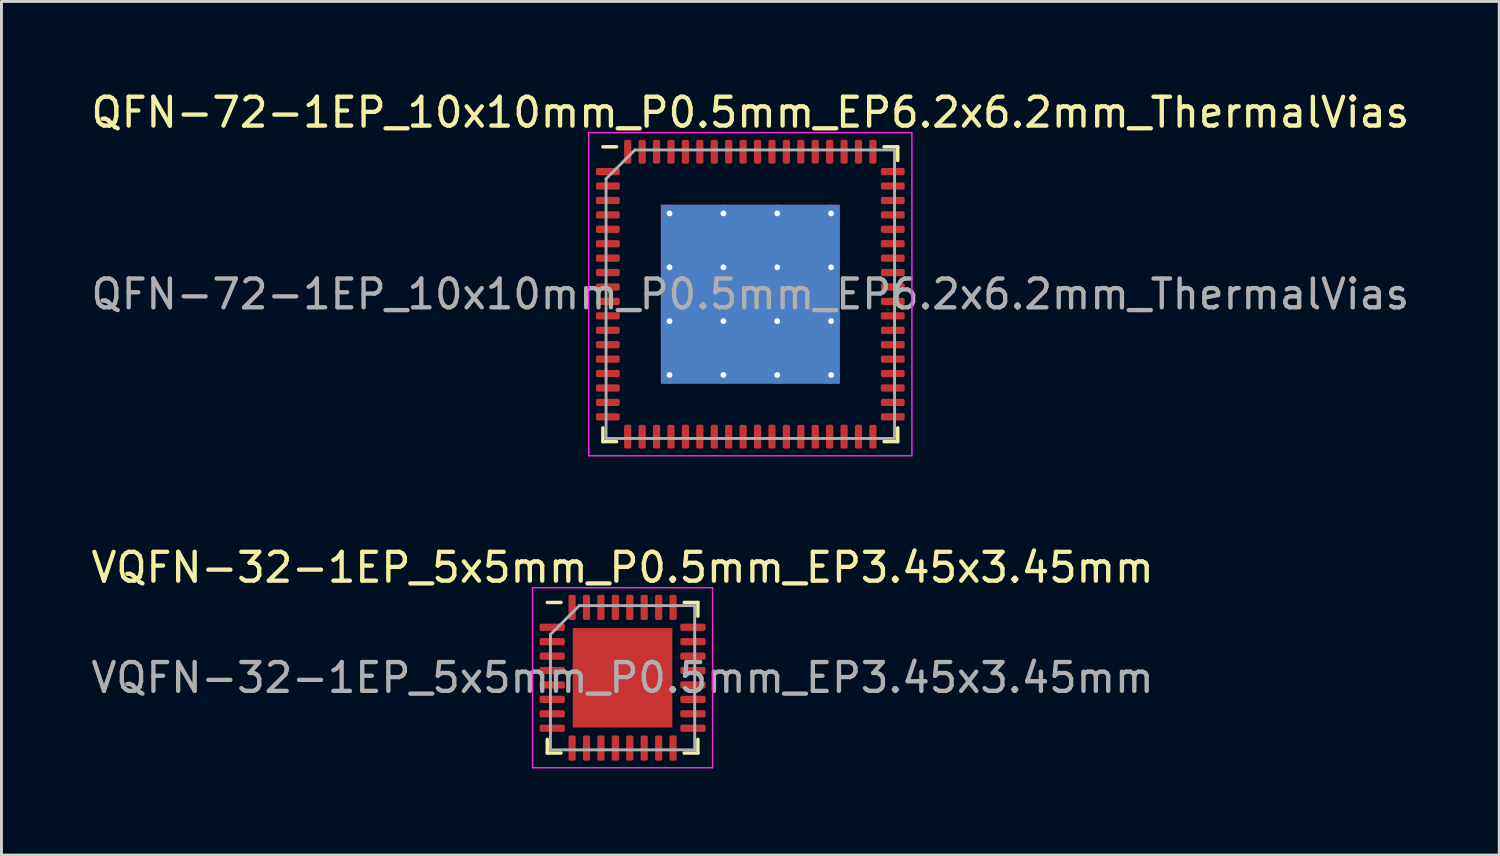
<source format=kicad_pcb>
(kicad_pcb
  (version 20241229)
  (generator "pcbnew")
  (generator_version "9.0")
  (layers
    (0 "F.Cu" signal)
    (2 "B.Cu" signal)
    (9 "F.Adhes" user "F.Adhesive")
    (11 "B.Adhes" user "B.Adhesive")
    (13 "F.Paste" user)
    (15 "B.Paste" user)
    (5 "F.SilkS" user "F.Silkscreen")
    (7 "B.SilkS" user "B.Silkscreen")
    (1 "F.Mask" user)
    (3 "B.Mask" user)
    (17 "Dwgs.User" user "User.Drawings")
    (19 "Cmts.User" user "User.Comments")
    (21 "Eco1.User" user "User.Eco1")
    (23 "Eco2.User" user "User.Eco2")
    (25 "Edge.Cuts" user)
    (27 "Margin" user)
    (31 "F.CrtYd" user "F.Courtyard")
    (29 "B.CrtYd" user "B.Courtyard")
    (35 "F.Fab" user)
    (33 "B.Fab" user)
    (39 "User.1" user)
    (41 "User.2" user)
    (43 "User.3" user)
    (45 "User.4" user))
  (footprint "VQFN-32-1EP_5x5mm_P0.5mm_EP3.45x3.45mm"
    (layer "F.Cu")
    (at 18.53 20.442)
    (property "Reference" "VQFN-32-1EP_5x5mm_P0.5mm_EP3.45x3.45mm" (at 0 -3.82 0) (layer "F.SilkS") (effects (font (size 1 1) (thickness 0.15))))
    (attr smd)
    (fp_line (start -2.61 2.61) (end -2.61 2.135) (stroke (width 0.12) (type solid)) (layer "F.SilkS"))
    (fp_line (start -2.135 -2.61) (end -2.61 -2.61) (stroke (width 0.12) (type solid)) (layer "F.SilkS"))
    (fp_line (start -2.135 2.61) (end -2.61 2.61) (stroke (width 0.12) (type solid)) (layer "F.SilkS"))
    (fp_line (start 2.135 -2.61) (end 2.61 -2.61) (stroke (width 0.12) (type solid)) (layer "F.SilkS"))
    (fp_line (start 2.135 2.61) (end 2.61 2.61) (stroke (width 0.12) (type solid)) (layer "F.SilkS"))
    (fp_line (start 2.61 -2.61) (end 2.61 -2.135) (stroke (width 0.12) (type solid)) (layer "F.SilkS"))
    (fp_line (start 2.61 2.61) (end 2.61 2.135) (stroke (width 0.12) (type solid)) (layer "F.SilkS"))
    (fp_line (start -3.12 -3.12) (end -3.12 3.12) (stroke (width 0.05) (type solid)) (layer "F.CrtYd"))
    (fp_line (start -3.12 3.12) (end 3.12 3.12) (stroke (width 0.05) (type solid)) (layer "F.CrtYd"))
    (fp_line (start 3.12 -3.12) (end -3.12 -3.12) (stroke (width 0.05) (type solid)) (layer "F.CrtYd"))
    (fp_line (start 3.12 3.12) (end 3.12 -3.12) (stroke (width 0.05) (type solid)) (layer "F.CrtYd"))
    (fp_line (start -2.5 -1.5) (end -1.5 -2.5) (stroke (width 0.1) (type solid)) (layer "F.Fab"))
    (fp_line (start -2.5 2.5) (end -2.5 -1.5) (stroke (width 0.1) (type solid)) (layer "F.Fab"))
    (fp_line (start -1.5 -2.5) (end 2.5 -2.5) (stroke (width 0.1) (type solid)) (layer "F.Fab"))
    (fp_line (start 2.5 -2.5) (end 2.5 2.5) (stroke (width 0.1) (type solid)) (layer "F.Fab"))
    (fp_line (start 2.5 2.5) (end -2.5 2.5) (stroke (width 0.1) (type solid)) (layer "F.Fab"))
    (fp_text user "${REFERENCE}" (at 0 0 0) (layer "F.Fab") (effects (font (size 1 1) (thickness 0.15))))
    (pad "" smd roundrect (at -1.15 -1.15) (size 0.93 0.93) (layers "F.Paste") (roundrect_rratio 0.25))
    (pad "" smd roundrect (at -1.15 0) (size 0.93 0.93) (layers "F.Paste") (roundrect_rratio 0.25))
    (pad "" smd roundrect (at -1.15 1.15) (size 0.93 0.93) (layers "F.Paste") (roundrect_rratio 0.25))
    (pad "" smd roundrect (at 0 -1.15) (size 0.93 0.93) (layers "F.Paste") (roundrect_rratio 0.25))
    (pad "" smd roundrect (at 0 0) (size 0.93 0.93) (layers "F.Paste") (roundrect_rratio 0.25))
    (pad "" smd roundrect (at 0 1.15) (size 0.93 0.93) (layers "F.Paste") (roundrect_rratio 0.25))
    (pad "" smd roundrect (at 1.15 -1.15) (size 0.93 0.93) (layers "F.Paste") (roundrect_rratio 0.25))
    (pad "" smd roundrect (at 1.15 0) (size 0.93 0.93) (layers "F.Paste") (roundrect_rratio 0.25))
    (pad "" smd roundrect (at 1.15 1.15) (size 0.93 0.93) (layers "F.Paste") (roundrect_rratio 0.25))
    (pad "1" smd roundrect (at -2.438 -1.75) (size 0.875 0.25) (layers "F.Cu" "F.Mask" "F.Paste") (roundrect_rratio 0.25))
    (pad "2" smd roundrect (at -2.438 -1.25) (size 0.875 0.25) (layers "F.Cu" "F.Mask" "F.Paste") (roundrect_rratio 0.25))
    (pad "3" smd roundrect (at -2.438 -0.75) (size 0.875 0.25) (layers "F.Cu" "F.Mask" "F.Paste") (roundrect_rratio 0.25))
    (pad "4" smd roundrect (at -2.438 -0.25) (size 0.875 0.25) (layers "F.Cu" "F.Mask" "F.Paste") (roundrect_rratio 0.25))
    (pad "5" smd roundrect (at -2.438 0.25) (size 0.875 0.25) (layers "F.Cu" "F.Mask" "F.Paste") (roundrect_rratio 0.25))
    (pad "6" smd roundrect (at -2.438 0.75) (size 0.875 0.25) (layers "F.Cu" "F.Mask" "F.Paste") (roundrect_rratio 0.25))
    (pad "7" smd roundrect (at -2.438 1.25) (size 0.875 0.25) (layers "F.Cu" "F.Mask" "F.Paste") (roundrect_rratio 0.25))
    (pad "8" smd roundrect (at -2.438 1.75) (size 0.875 0.25) (layers "F.Cu" "F.Mask" "F.Paste") (roundrect_rratio 0.25))
    (pad "9" smd roundrect (at -1.75 2.438) (size 0.25 0.875) (layers "F.Cu" "F.Mask" "F.Paste") (roundrect_rratio 0.25))
    (pad "10" smd roundrect (at -1.25 2.438) (size 0.25 0.875) (layers "F.Cu" "F.Mask" "F.Paste") (roundrect_rratio 0.25))
    (pad "11" smd roundrect (at -0.75 2.438) (size 0.25 0.875) (layers "F.Cu" "F.Mask" "F.Paste") (roundrect_rratio 0.25))
    (pad "12" smd roundrect (at -0.25 2.438) (size 0.25 0.875) (layers "F.Cu" "F.Mask" "F.Paste") (roundrect_rratio 0.25))
    (pad "13" smd roundrect (at 0.25 2.438) (size 0.25 0.875) (layers "F.Cu" "F.Mask" "F.Paste") (roundrect_rratio 0.25))
    (pad "14" smd roundrect (at 0.75 2.438) (size 0.25 0.875) (layers "F.Cu" "F.Mask" "F.Paste") (roundrect_rratio 0.25))
    (pad "15" smd roundrect (at 1.25 2.438) (size 0.25 0.875) (layers "F.Cu" "F.Mask" "F.Paste") (roundrect_rratio 0.25))
    (pad "16" smd roundrect (at 1.75 2.438) (size 0.25 0.875) (layers "F.Cu" "F.Mask" "F.Paste") (roundrect_rratio 0.25))
    (pad "17" smd roundrect (at 2.438 1.75) (size 0.875 0.25) (layers "F.Cu" "F.Mask" "F.Paste") (roundrect_rratio 0.25))
    (pad "18" smd roundrect (at 2.438 1.25) (size 0.875 0.25) (layers "F.Cu" "F.Mask" "F.Paste") (roundrect_rratio 0.25))
    (pad "19" smd roundrect (at 2.438 0.75) (size 0.875 0.25) (layers "F.Cu" "F.Mask" "F.Paste") (roundrect_rratio 0.25))
    (pad "20" smd roundrect (at 2.438 0.25) (size 0.875 0.25) (layers "F.Cu" "F.Mask" "F.Paste") (roundrect_rratio 0.25))
    (pad "21" smd roundrect (at 2.438 -0.25) (size 0.875 0.25) (layers "F.Cu" "F.Mask" "F.Paste") (roundrect_rratio 0.25))
    (pad "22" smd roundrect (at 2.438 -0.75) (size 0.875 0.25) (layers "F.Cu" "F.Mask" "F.Paste") (roundrect_rratio 0.25))
    (pad "23" smd roundrect (at 2.438 -1.25) (size 0.875 0.25) (layers "F.Cu" "F.Mask" "F.Paste") (roundrect_rratio 0.25))
    (pad "24" smd roundrect (at 2.438 -1.75) (size 0.875 0.25) (layers "F.Cu" "F.Mask" "F.Paste") (roundrect_rratio 0.25))
    (pad "25" smd roundrect (at 1.75 -2.438) (size 0.25 0.875) (layers "F.Cu" "F.Mask" "F.Paste") (roundrect_rratio 0.25))
    (pad "26" smd roundrect (at 1.25 -2.438) (size 0.25 0.875) (layers "F.Cu" "F.Mask" "F.Paste") (roundrect_rratio 0.25))
    (pad "27" smd roundrect (at 0.75 -2.438) (size 0.25 0.875) (layers "F.Cu" "F.Mask" "F.Paste") (roundrect_rratio 0.25))
    (pad "28" smd roundrect (at 0.25 -2.438) (size 0.25 0.875) (layers "F.Cu" "F.Mask" "F.Paste") (roundrect_rratio 0.25))
    (pad "29" smd roundrect (at -0.25 -2.438) (size 0.25 0.875) (layers "F.Cu" "F.Mask" "F.Paste") (roundrect_rratio 0.25))
    (pad "30" smd roundrect (at -0.75 -2.438) (size 0.25 0.875) (layers "F.Cu" "F.Mask" "F.Paste") (roundrect_rratio 0.25))
    (pad "31" smd roundrect (at -1.25 -2.438) (size 0.25 0.875) (layers "F.Cu" "F.Mask" "F.Paste") (roundrect_rratio 0.25))
    (pad "32" smd roundrect (at -1.75 -2.438) (size 0.25 0.875) (layers "F.Cu" "F.Mask" "F.Paste") (roundrect_rratio 0.25))
    (pad "33" smd rect (at 0 0) (size 3.45 3.45) (layers "F.Cu" "F.Mask")))
  (footprint "QFN-72-1EP_10x10mm_P0.5mm_EP6.2x6.2mm_ThermalVias"
    (layer "F.Cu")
    (at 22.958 7.148)
    (property "Reference" "QFN-72-1EP_10x10mm_P0.5mm_EP6.2x6.2mm_ThermalVias" (at 0 -6.3 0) (layer "F.SilkS") (effects (font (size 1 1) (thickness 0.15))))
    (attr smd)
    (fp_line (start -5.11 5.11) (end -5.11 4.635) (stroke (width 0.12) (type solid)) (layer "F.SilkS"))
    (fp_line (start -4.635 -5.11) (end -5.11 -5.11) (stroke (width 0.12) (type solid)) (layer "F.SilkS"))
    (fp_line (start -4.635 5.11) (end -5.11 5.11) (stroke (width 0.12) (type solid)) (layer "F.SilkS"))
    (fp_line (start 4.635 -5.11) (end 5.11 -5.11) (stroke (width 0.12) (type solid)) (layer "F.SilkS"))
    (fp_line (start 4.635 5.11) (end 5.11 5.11) (stroke (width 0.12) (type solid)) (layer "F.SilkS"))
    (fp_line (start 5.11 -5.11) (end 5.11 -4.635) (stroke (width 0.12) (type solid)) (layer "F.SilkS"))
    (fp_line (start 5.11 5.11) (end 5.11 4.635) (stroke (width 0.12) (type solid)) (layer "F.SilkS"))
    (fp_line (start -5.6 -5.6) (end -5.6 5.6) (stroke (width 0.05) (type solid)) (layer "F.CrtYd"))
    (fp_line (start -5.6 5.6) (end 5.6 5.6) (stroke (width 0.05) (type solid)) (layer "F.CrtYd"))
    (fp_line (start 5.6 -5.6) (end -5.6 -5.6) (stroke (width 0.05) (type solid)) (layer "F.CrtYd"))
    (fp_line (start 5.6 5.6) (end 5.6 -5.6) (stroke (width 0.05) (type solid)) (layer "F.CrtYd"))
    (fp_line (start -5 -4) (end -4 -5) (stroke (width 0.1) (type solid)) (layer "F.Fab"))
    (fp_line (start -5 5) (end -5 -4) (stroke (width 0.1) (type solid)) (layer "F.Fab"))
    (fp_line (start -4 -5) (end 5 -5) (stroke (width 0.1) (type solid)) (layer "F.Fab"))
    (fp_line (start 5 -5) (end 5 5) (stroke (width 0.1) (type solid)) (layer "F.Fab"))
    (fp_line (start 5 5) (end -5 5) (stroke (width 0.1) (type solid)) (layer "F.Fab"))
    (fp_text user "${REFERENCE}" (at 0 0 0) (layer "F.Fab") (effects (font (size 1 1) (thickness 0.15))))
    (pad "" smd roundrect (at -2.07 -2.07) (size 1.67 1.67) (layers "F.Paste") (roundrect_rratio 0.15))
    (pad "" smd roundrect (at -2.07 0) (size 1.67 1.67) (layers "F.Paste") (roundrect_rratio 0.15))
    (pad "" smd roundrect (at -2.07 2.07) (size 1.67 1.67) (layers "F.Paste") (roundrect_rratio 0.15))
    (pad "" smd roundrect (at 0 -2.07) (size 1.67 1.67) (layers "F.Paste") (roundrect_rratio 0.15))
    (pad "" smd roundrect (at 0 0) (size 1.67 1.67) (layers "F.Paste") (roundrect_rratio 0.15))
    (pad "" smd roundrect (at 0 2.07) (size 1.67 1.67) (layers "F.Paste") (roundrect_rratio 0.15))
    (pad "" smd roundrect (at 2.07 -2.07) (size 1.67 1.67) (layers "F.Paste") (roundrect_rratio 0.15))
    (pad "" smd roundrect (at 2.07 0) (size 1.67 1.67) (layers "F.Paste") (roundrect_rratio 0.15))
    (pad "" smd roundrect (at 2.07 2.07) (size 1.67 1.67) (layers "F.Paste") (roundrect_rratio 0.15))
    (pad "1" smd roundrect (at -4.938 -4.25) (size 0.825 0.25) (layers "F.Cu" "F.Mask" "F.Paste") (roundrect_rratio 0.25))
    (pad "2" smd roundrect (at -4.938 -3.75) (size 0.825 0.25) (layers "F.Cu" "F.Mask" "F.Paste") (roundrect_rratio 0.25))
    (pad "3" smd roundrect (at -4.938 -3.25) (size 0.825 0.25) (layers "F.Cu" "F.Mask" "F.Paste") (roundrect_rratio 0.25))
    (pad "4" smd roundrect (at -4.938 -2.75) (size 0.825 0.25) (layers "F.Cu" "F.Mask" "F.Paste") (roundrect_rratio 0.25))
    (pad "5" smd roundrect (at -4.938 -2.25) (size 0.825 0.25) (layers "F.Cu" "F.Mask" "F.Paste") (roundrect_rratio 0.25))
    (pad "6" smd roundrect (at -4.938 -1.75) (size 0.825 0.25) (layers "F.Cu" "F.Mask" "F.Paste") (roundrect_rratio 0.25))
    (pad "7" smd roundrect (at -4.938 -1.25) (size 0.825 0.25) (layers "F.Cu" "F.Mask" "F.Paste") (roundrect_rratio 0.25))
    (pad "8" smd roundrect (at -4.938 -0.75) (size 0.825 0.25) (layers "F.Cu" "F.Mask" "F.Paste") (roundrect_rratio 0.25))
    (pad "9" smd roundrect (at -4.938 -0.25) (size 0.825 0.25) (layers "F.Cu" "F.Mask" "F.Paste") (roundrect_rratio 0.25))
    (pad "10" smd roundrect (at -4.938 0.25) (size 0.825 0.25) (layers "F.Cu" "F.Mask" "F.Paste") (roundrect_rratio 0.25))
    (pad "11" smd roundrect (at -4.938 0.75) (size 0.825 0.25) (layers "F.Cu" "F.Mask" "F.Paste") (roundrect_rratio 0.25))
    (pad "12" smd roundrect (at -4.938 1.25) (size 0.825 0.25) (layers "F.Cu" "F.Mask" "F.Paste") (roundrect_rratio 0.25))
    (pad "13" smd roundrect (at -4.938 1.75) (size 0.825 0.25) (layers "F.Cu" "F.Mask" "F.Paste") (roundrect_rratio 0.25))
    (pad "14" smd roundrect (at -4.938 2.25) (size 0.825 0.25) (layers "F.Cu" "F.Mask" "F.Paste") (roundrect_rratio 0.25))
    (pad "15" smd roundrect (at -4.938 2.75) (size 0.825 0.25) (layers "F.Cu" "F.Mask" "F.Paste") (roundrect_rratio 0.25))
    (pad "16" smd roundrect (at -4.938 3.25) (size 0.825 0.25) (layers "F.Cu" "F.Mask" "F.Paste") (roundrect_rratio 0.25))
    (pad "17" smd roundrect (at -4.938 3.75) (size 0.825 0.25) (layers "F.Cu" "F.Mask" "F.Paste") (roundrect_rratio 0.25))
    (pad "18" smd roundrect (at -4.938 4.25) (size 0.825 0.25) (layers "F.Cu" "F.Mask" "F.Paste") (roundrect_rratio 0.25))
    (pad "19" smd roundrect (at -4.25 4.938) (size 0.25 0.825) (layers "F.Cu" "F.Mask" "F.Paste") (roundrect_rratio 0.25))
    (pad "20" smd roundrect (at -3.75 4.938) (size 0.25 0.825) (layers "F.Cu" "F.Mask" "F.Paste") (roundrect_rratio 0.25))
    (pad "21" smd roundrect (at -3.25 4.938) (size 0.25 0.825) (layers "F.Cu" "F.Mask" "F.Paste") (roundrect_rratio 0.25))
    (pad "22" smd roundrect (at -2.75 4.938) (size 0.25 0.825) (layers "F.Cu" "F.Mask" "F.Paste") (roundrect_rratio 0.25))
    (pad "23" smd roundrect (at -2.25 4.938) (size 0.25 0.825) (layers "F.Cu" "F.Mask" "F.Paste") (roundrect_rratio 0.25))
    (pad "24" smd roundrect (at -1.75 4.938) (size 0.25 0.825) (layers "F.Cu" "F.Mask" "F.Paste") (roundrect_rratio 0.25))
    (pad "25" smd roundrect (at -1.25 4.938) (size 0.25 0.825) (layers "F.Cu" "F.Mask" "F.Paste") (roundrect_rratio 0.25))
    (pad "26" smd roundrect (at -0.75 4.938) (size 0.25 0.825) (layers "F.Cu" "F.Mask" "F.Paste") (roundrect_rratio 0.25))
    (pad "27" smd roundrect (at -0.25 4.938) (size 0.25 0.825) (layers "F.Cu" "F.Mask" "F.Paste") (roundrect_rratio 0.25))
    (pad "28" smd roundrect (at 0.25 4.938) (size 0.25 0.825) (layers "F.Cu" "F.Mask" "F.Paste") (roundrect_rratio 0.25))
    (pad "29" smd roundrect (at 0.75 4.938) (size 0.25 0.825) (layers "F.Cu" "F.Mask" "F.Paste") (roundrect_rratio 0.25))
    (pad "30" smd roundrect (at 1.25 4.938) (size 0.25 0.825) (layers "F.Cu" "F.Mask" "F.Paste") (roundrect_rratio 0.25))
    (pad "31" smd roundrect (at 1.75 4.938) (size 0.25 0.825) (layers "F.Cu" "F.Mask" "F.Paste") (roundrect_rratio 0.25))
    (pad "32" smd roundrect (at 2.25 4.938) (size 0.25 0.825) (layers "F.Cu" "F.Mask" "F.Paste") (roundrect_rratio 0.25))
    (pad "33" smd roundrect (at 2.75 4.938) (size 0.25 0.825) (layers "F.Cu" "F.Mask" "F.Paste") (roundrect_rratio 0.25))
    (pad "34" smd roundrect (at 3.25 4.938) (size 0.25 0.825) (layers "F.Cu" "F.Mask" "F.Paste") (roundrect_rratio 0.25))
    (pad "35" smd roundrect (at 3.75 4.938) (size 0.25 0.825) (layers "F.Cu" "F.Mask" "F.Paste") (roundrect_rratio 0.25))
    (pad "36" smd roundrect (at 4.25 4.938) (size 0.25 0.825) (layers "F.Cu" "F.Mask" "F.Paste") (roundrect_rratio 0.25))
    (pad "37" smd roundrect (at 4.938 4.25) (size 0.825 0.25) (layers "F.Cu" "F.Mask" "F.Paste") (roundrect_rratio 0.25))
    (pad "38" smd roundrect (at 4.938 3.75) (size 0.825 0.25) (layers "F.Cu" "F.Mask" "F.Paste") (roundrect_rratio 0.25))
    (pad "39" smd roundrect (at 4.938 3.25) (size 0.825 0.25) (layers "F.Cu" "F.Mask" "F.Paste") (roundrect_rratio 0.25))
    (pad "40" smd roundrect (at 4.938 2.75) (size 0.825 0.25) (layers "F.Cu" "F.Mask" "F.Paste") (roundrect_rratio 0.25))
    (pad "41" smd roundrect (at 4.938 2.25) (size 0.825 0.25) (layers "F.Cu" "F.Mask" "F.Paste") (roundrect_rratio 0.25))
    (pad "42" smd roundrect (at 4.938 1.75) (size 0.825 0.25) (layers "F.Cu" "F.Mask" "F.Paste") (roundrect_rratio 0.25))
    (pad "43" smd roundrect (at 4.938 1.25) (size 0.825 0.25) (layers "F.Cu" "F.Mask" "F.Paste") (roundrect_rratio 0.25))
    (pad "44" smd roundrect (at 4.938 0.75) (size 0.825 0.25) (layers "F.Cu" "F.Mask" "F.Paste") (roundrect_rratio 0.25))
    (pad "45" smd roundrect (at 4.938 0.25) (size 0.825 0.25) (layers "F.Cu" "F.Mask" "F.Paste") (roundrect_rratio 0.25))
    (pad "46" smd roundrect (at 4.938 -0.25) (size 0.825 0.25) (layers "F.Cu" "F.Mask" "F.Paste") (roundrect_rratio 0.25))
    (pad "47" smd roundrect (at 4.938 -0.75) (size 0.825 0.25) (layers "F.Cu" "F.Mask" "F.Paste") (roundrect_rratio 0.25))
    (pad "48" smd roundrect (at 4.938 -1.25) (size 0.825 0.25) (layers "F.Cu" "F.Mask" "F.Paste") (roundrect_rratio 0.25))
    (pad "49" smd roundrect (at 4.938 -1.75) (size 0.825 0.25) (layers "F.Cu" "F.Mask" "F.Paste") (roundrect_rratio 0.25))
    (pad "50" smd roundrect (at 4.938 -2.25) (size 0.825 0.25) (layers "F.Cu" "F.Mask" "F.Paste") (roundrect_rratio 0.25))
    (pad "51" smd roundrect (at 4.938 -2.75) (size 0.825 0.25) (layers "F.Cu" "F.Mask" "F.Paste") (roundrect_rratio 0.25))
    (pad "52" smd roundrect (at 4.938 -3.25) (size 0.825 0.25) (layers "F.Cu" "F.Mask" "F.Paste") (roundrect_rratio 0.25))
    (pad "53" smd roundrect (at 4.938 -3.75) (size 0.825 0.25) (layers "F.Cu" "F.Mask" "F.Paste") (roundrect_rratio 0.25))
    (pad "54" smd roundrect (at 4.938 -4.25) (size 0.825 0.25) (layers "F.Cu" "F.Mask" "F.Paste") (roundrect_rratio 0.25))
    (pad "55" smd roundrect (at 4.25 -4.938) (size 0.25 0.825) (layers "F.Cu" "F.Mask" "F.Paste") (roundrect_rratio 0.25))
    (pad "56" smd roundrect (at 3.75 -4.938) (size 0.25 0.825) (layers "F.Cu" "F.Mask" "F.Paste") (roundrect_rratio 0.25))
    (pad "57" smd roundrect (at 3.25 -4.938) (size 0.25 0.825) (layers "F.Cu" "F.Mask" "F.Paste") (roundrect_rratio 0.25))
    (pad "58" smd roundrect (at 2.75 -4.938) (size 0.25 0.825) (layers "F.Cu" "F.Mask" "F.Paste") (roundrect_rratio 0.25))
    (pad "59" smd roundrect (at 2.25 -4.938) (size 0.25 0.825) (layers "F.Cu" "F.Mask" "F.Paste") (roundrect_rratio 0.25))
    (pad "60" smd roundrect (at 1.75 -4.938) (size 0.25 0.825) (layers "F.Cu" "F.Mask" "F.Paste") (roundrect_rratio 0.25))
    (pad "61" smd roundrect (at 1.25 -4.938) (size 0.25 0.825) (layers "F.Cu" "F.Mask" "F.Paste") (roundrect_rratio 0.25))
    (pad "62" smd roundrect (at 0.75 -4.938) (size 0.25 0.825) (layers "F.Cu" "F.Mask" "F.Paste") (roundrect_rratio 0.25))
    (pad "63" smd roundrect (at 0.25 -4.938) (size 0.25 0.825) (layers "F.Cu" "F.Mask" "F.Paste") (roundrect_rratio 0.25))
    (pad "64" smd roundrect (at -0.25 -4.938) (size 0.25 0.825) (layers "F.Cu" "F.Mask" "F.Paste") (roundrect_rratio 0.25))
    (pad "65" smd roundrect (at -0.75 -4.938) (size 0.25 0.825) (layers "F.Cu" "F.Mask" "F.Paste") (roundrect_rratio 0.25))
    (pad "66" smd roundrect (at -1.25 -4.938) (size 0.25 0.825) (layers "F.Cu" "F.Mask" "F.Paste") (roundrect_rratio 0.25))
    (pad "67" smd roundrect (at -1.75 -4.938) (size 0.25 0.825) (layers "F.Cu" "F.Mask" "F.Paste") (roundrect_rratio 0.25))
    (pad "68" smd roundrect (at -2.25 -4.938) (size 0.25 0.825) (layers "F.Cu" "F.Mask" "F.Paste") (roundrect_rratio 0.25))
    (pad "69" smd roundrect (at -2.75 -4.938) (size 0.25 0.825) (layers "F.Cu" "F.Mask" "F.Paste") (roundrect_rratio 0.25))
    (pad "70" smd roundrect (at -3.25 -4.938) (size 0.25 0.825) (layers "F.Cu" "F.Mask" "F.Paste") (roundrect_rratio 0.25))
    (pad "71" smd roundrect (at -3.75 -4.938) (size 0.25 0.825) (layers "F.Cu" "F.Mask" "F.Paste") (roundrect_rratio 0.25))
    (pad "72" smd roundrect (at -4.25 -4.938) (size 0.25 0.825) (layers "F.Cu" "F.Mask" "F.Paste") (roundrect_rratio 0.25))
    (pad "73" thru_hole circle (at -2.8 -2.8) (size 0.6 0.6) (drill 0.2) (layers "*.Cu"))
    (pad "73" thru_hole circle (at -2.8 -0.933) (size 0.6 0.6) (drill 0.2) (layers "*.Cu"))
    (pad "73" thru_hole circle (at -2.8 0.933) (size 0.6 0.6) (drill 0.2) (layers "*.Cu"))
    (pad "73" thru_hole circle (at -2.8 2.8) (size 0.6 0.6) (drill 0.2) (layers "*.Cu"))
    (pad "73" thru_hole circle (at -0.933 -2.8) (size 0.6 0.6) (drill 0.2) (layers "*.Cu"))
    (pad "73" thru_hole circle (at -0.933 -0.933) (size 0.6 0.6) (drill 0.2) (layers "*.Cu"))
    (pad "73" thru_hole circle (at -0.933 0.933) (size 0.6 0.6) (drill 0.2) (layers "*.Cu"))
    (pad "73" thru_hole circle (at -0.933 2.8) (size 0.6 0.6) (drill 0.2) (layers "*.Cu"))
    (pad "73" smd rect (at 0 0) (size 6.2 6.2) (layers "F.Cu" "F.Mask"))
    (pad "73" smd rect (at 0 0) (size 6.2 6.2) (layers "B.Cu"))
    (pad "73" thru_hole circle (at 0.933 -2.8) (size 0.6 0.6) (drill 0.2) (layers "*.Cu"))
    (pad "73" thru_hole circle (at 0.933 -0.933) (size 0.6 0.6) (drill 0.2) (layers "*.Cu"))
    (pad "73" thru_hole circle (at 0.933 0.933) (size 0.6 0.6) (drill 0.2) (layers "*.Cu"))
    (pad "73" thru_hole circle (at 0.933 2.8) (size 0.6 0.6) (drill 0.2) (layers "*.Cu"))
    (pad "73" thru_hole circle (at 2.8 -2.8) (size 0.6 0.6) (drill 0.2) (layers "*.Cu"))
    (pad "73" thru_hole circle (at 2.8 -0.933) (size 0.6 0.6) (drill 0.2) (layers "*.Cu"))
    (pad "73" thru_hole circle (at 2.8 0.933) (size 0.6 0.6) (drill 0.2) (layers "*.Cu"))
    (pad "73" thru_hole circle (at 2.8 2.8) (size 0.6 0.6) (drill 0.2) (layers "*.Cu")))
  (gr_rect
    (start -3 -3)
    (end 48.917 26.587)
    (stroke (width 0.1) (type default))
    (fill no)
    (layer "Edge.Cuts")))
</source>
